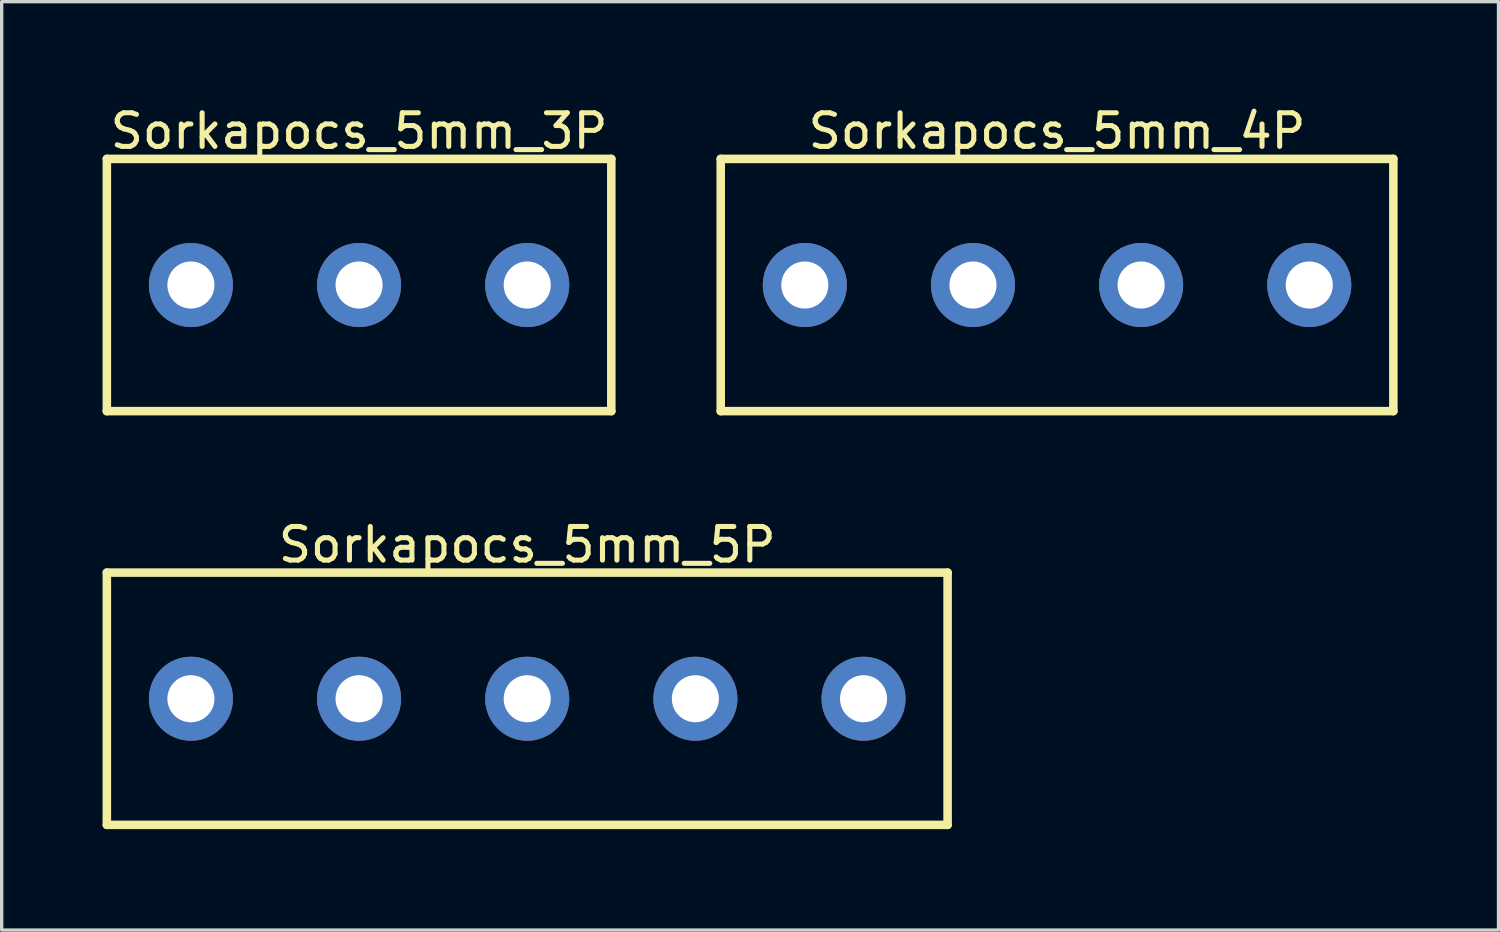
<source format=kicad_pcb>
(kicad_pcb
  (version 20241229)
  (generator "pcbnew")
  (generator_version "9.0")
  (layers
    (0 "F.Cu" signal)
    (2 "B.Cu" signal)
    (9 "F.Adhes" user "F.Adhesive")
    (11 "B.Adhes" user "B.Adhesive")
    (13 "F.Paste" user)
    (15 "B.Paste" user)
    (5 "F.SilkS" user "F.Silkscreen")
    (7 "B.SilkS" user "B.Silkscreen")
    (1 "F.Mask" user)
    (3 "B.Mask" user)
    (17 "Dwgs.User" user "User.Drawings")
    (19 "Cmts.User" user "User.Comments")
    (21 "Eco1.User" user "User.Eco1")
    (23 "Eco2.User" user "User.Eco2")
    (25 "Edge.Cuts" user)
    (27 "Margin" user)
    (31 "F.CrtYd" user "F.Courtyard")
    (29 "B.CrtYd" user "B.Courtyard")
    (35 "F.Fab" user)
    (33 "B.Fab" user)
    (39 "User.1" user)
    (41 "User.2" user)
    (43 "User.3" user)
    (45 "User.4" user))
  (footprint "Sorkapocs_5mm_5P"
    (layer "F.Cu")
    (at 12.627 17.727)
    (property "Reference" "Sorkapocs_5mm_5P" (at 0 -4.577 0) (layer "F.SilkS") (effects (font (size 1 1) (thickness 0.15))))
    (fp_line (start -12.5 -3.75) (end 12.5 -3.75) (stroke (width 0.254) (type solid)) (layer "F.SilkS"))
    (fp_line (start -12.5 3.75) (end -12.5 -3.75) (stroke (width 0.254) (type solid)) (layer "F.SilkS"))
    (fp_line (start -12.5 3.75) (end 12.5 3.75) (stroke (width 0.254) (type solid)) (layer "F.SilkS"))
    (fp_line (start 12.5 3.75) (end 12.5 -3.75) (stroke (width 0.254) (type solid)) (layer "F.SilkS"))
    (pad "1" thru_hole circle (at -10 0) (size 2.5 2.5) (drill 1.4) (layers "*.Cu" "*.Mask"))
    (pad "2" thru_hole circle (at -5 0) (size 2.5 2.5) (drill 1.4) (layers "*.Cu" "*.Mask"))
    (pad "3" thru_hole circle (at 0 0) (size 2.5 2.5) (drill 1.4) (layers "*.Cu" "*.Mask"))
    (pad "4" thru_hole circle (at 5 0) (size 2.5 2.5) (drill 1.4) (layers "*.Cu" "*.Mask"))
    (pad "5" thru_hole circle (at 10 0) (size 2.5 2.5) (drill 1.4) (layers "*.Cu" "*.Mask")))
  (footprint "Sorkapocs_5mm_3P"
    (layer "F.Cu")
    (at 7.627 5.425)
    (property "Reference" "Sorkapocs_5mm_3P" (at 0 -4.577 0) (layer "F.SilkS") (effects (font (size 1 1) (thickness 0.15))))
    (fp_line (start -7.5 -3.75) (end 7.5 -3.75) (stroke (width 0.254) (type solid)) (layer "F.SilkS"))
    (fp_line (start -7.5 3.75) (end -7.5 -3.75) (stroke (width 0.254) (type solid)) (layer "F.SilkS"))
    (fp_line (start -7.5 3.75) (end 7.5 3.75) (stroke (width 0.254) (type solid)) (layer "F.SilkS"))
    (fp_line (start 7.5 3.75) (end 7.5 -3.75) (stroke (width 0.254) (type solid)) (layer "F.SilkS"))
    (pad "1" thru_hole circle (at -5 0) (size 2.5 2.5) (drill 1.4) (layers "*.Cu" "*.Mask"))
    (pad "2" thru_hole circle (at 0 0) (size 2.5 2.5) (drill 1.4) (layers "*.Cu" "*.Mask"))
    (pad "3" thru_hole circle (at 5 0) (size 2.5 2.5) (drill 1.4) (layers "*.Cu" "*.Mask")))
  (footprint "Sorkapocs_5mm_4P"
    (layer "F.Cu")
    (at 28.381 5.425)
    (property "Reference" "Sorkapocs_5mm_4P" (at 0 -4.577 0) (layer "F.SilkS") (effects (font (size 1 1) (thickness 0.15))))
    (fp_line (start -10 -3.75) (end 10 -3.75) (stroke (width 0.254) (type solid)) (layer "F.SilkS"))
    (fp_line (start -10 3.75) (end -10 -3.75) (stroke (width 0.254) (type solid)) (layer "F.SilkS"))
    (fp_line (start -10 3.75) (end 10 3.75) (stroke (width 0.254) (type solid)) (layer "F.SilkS"))
    (fp_line (start 10 3.75) (end 10 -3.75) (stroke (width 0.254) (type solid)) (layer "F.SilkS"))
    (pad "1" thru_hole circle (at -7.5 0) (size 2.5 2.5) (drill 1.4) (layers "*.Cu" "*.Mask"))
    (pad "2" thru_hole circle (at -2.5 0) (size 2.5 2.5) (drill 1.4) (layers "*.Cu" "*.Mask"))
    (pad "3" thru_hole circle (at 2.5 0) (size 2.5 2.5) (drill 1.4) (layers "*.Cu" "*.Mask"))
    (pad "4" thru_hole circle (at 7.5 0) (size 2.5 2.5) (drill 1.4) (layers "*.Cu" "*.Mask")))
  (gr_rect
    (start -3 -3)
    (end 41.508 24.605)
    (stroke (width 0.1) (type default))
    (fill no)
    (layer "Edge.Cuts")))
</source>
